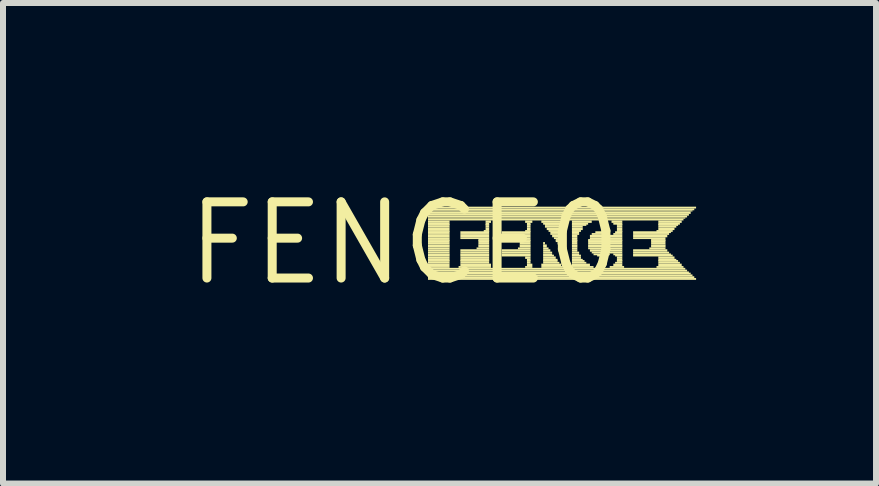
<source format=kicad_pcb>
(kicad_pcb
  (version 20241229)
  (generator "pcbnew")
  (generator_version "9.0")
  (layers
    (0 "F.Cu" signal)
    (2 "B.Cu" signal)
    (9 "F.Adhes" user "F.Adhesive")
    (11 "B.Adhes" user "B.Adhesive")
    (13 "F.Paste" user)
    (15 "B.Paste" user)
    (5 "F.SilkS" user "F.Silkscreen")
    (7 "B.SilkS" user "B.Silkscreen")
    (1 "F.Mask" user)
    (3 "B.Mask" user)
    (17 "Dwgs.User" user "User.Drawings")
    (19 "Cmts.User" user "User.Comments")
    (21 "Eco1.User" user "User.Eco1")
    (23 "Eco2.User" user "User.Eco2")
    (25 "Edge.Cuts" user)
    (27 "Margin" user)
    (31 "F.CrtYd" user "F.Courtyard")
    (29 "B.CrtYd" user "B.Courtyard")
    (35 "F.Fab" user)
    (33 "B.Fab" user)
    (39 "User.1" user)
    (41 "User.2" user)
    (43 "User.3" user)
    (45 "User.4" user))
  (footprint "FENCE0"
    (layer "F.Cu")
    (at 3.696 1.006)
    (property "Reference" "FENCE0" (at 0 0 0) (layer "F.SilkS") (effects (font (size 1.27 1.27) (thickness 0.15))))
    (fp_poly (pts (xy 0.39 -0.58) (xy 4.86 -0.58) (xy 4.86 -0.61) (xy 0.39 -0.61)) (stroke (width 0) (type solid)) (fill yes) (layer "F.SilkS"))
    (fp_poly (pts (xy 0.39 -0.55) (xy 4.83 -0.55) (xy 4.83 -0.58) (xy 0.39 -0.58)) (stroke (width 0) (type solid)) (fill yes) (layer "F.SilkS"))
    (fp_poly (pts (xy 0.39 -0.53) (xy 4.8 -0.53) (xy 4.8 -0.55) (xy 0.39 -0.55)) (stroke (width 0) (type solid)) (fill yes) (layer "F.SilkS"))
    (fp_poly (pts (xy 0.39 -0.49) (xy 4.77 -0.49) (xy 4.77 -0.53) (xy 0.39 -0.53)) (stroke (width 0) (type solid)) (fill yes) (layer "F.SilkS"))
    (fp_poly (pts (xy 0.39 -0.46) (xy 4.74 -0.46) (xy 4.74 -0.49) (xy 0.39 -0.49)) (stroke (width 0) (type solid)) (fill yes) (layer "F.SilkS"))
    (fp_poly (pts (xy 0.39 -0.43) (xy 4.71 -0.43) (xy 4.71 -0.46) (xy 0.39 -0.46)) (stroke (width 0) (type solid)) (fill yes) (layer "F.SilkS"))
    (fp_poly (pts (xy 0.39 -0.41) (xy 4.68 -0.41) (xy 4.68 -0.43) (xy 0.39 -0.43)) (stroke (width 0) (type solid)) (fill yes) (layer "F.SilkS"))
    (fp_poly (pts (xy 0.39 -0.38) (xy 3.24 -0.38) (xy 3.24 -0.41) (xy 0.39 -0.41)) (stroke (width 0) (type solid)) (fill yes) (layer "F.SilkS"))
    (fp_poly (pts (xy 0.39 -0.34) (xy 0.75 -0.34) (xy 0.75 -0.38) (xy 0.39 -0.38)) (stroke (width 0) (type solid)) (fill yes) (layer "F.SilkS"))
    (fp_poly (pts (xy 0.39 -0.31) (xy 0.75 -0.31) (xy 0.75 -0.34) (xy 0.39 -0.34)) (stroke (width 0) (type solid)) (fill yes) (layer "F.SilkS"))
    (fp_poly (pts (xy 0.39 -0.29) (xy 0.75 -0.29) (xy 0.75 -0.32) (xy 0.39 -0.32)) (stroke (width 0) (type solid)) (fill yes) (layer "F.SilkS"))
    (fp_poly (pts (xy 0.39 -0.26) (xy 0.75 -0.26) (xy 0.75 -0.29) (xy 0.39 -0.29)) (stroke (width 0) (type solid)) (fill yes) (layer "F.SilkS"))
    (fp_poly (pts (xy 0.39 -0.22) (xy 0.75 -0.22) (xy 0.75 -0.26) (xy 0.39 -0.26)) (stroke (width 0) (type solid)) (fill yes) (layer "F.SilkS"))
    (fp_poly (pts (xy 0.39 -0.19) (xy 0.75 -0.19) (xy 0.75 -0.22) (xy 0.39 -0.22)) (stroke (width 0) (type solid)) (fill yes) (layer "F.SilkS"))
    (fp_poly (pts (xy 0.39 -0.17) (xy 0.75 -0.17) (xy 0.75 -0.2) (xy 0.39 -0.2)) (stroke (width 0) (type solid)) (fill yes) (layer "F.SilkS"))
    (fp_poly (pts (xy 0.39 -0.14) (xy 0.75 -0.14) (xy 0.75 -0.17) (xy 0.39 -0.17)) (stroke (width 0) (type solid)) (fill yes) (layer "F.SilkS"))
    (fp_poly (pts (xy 0.39 -0.1) (xy 0.75 -0.1) (xy 0.75 -0.14) (xy 0.39 -0.14)) (stroke (width 0) (type solid)) (fill yes) (layer "F.SilkS"))
    (fp_poly (pts (xy 0.39 -0.07) (xy 0.75 -0.07) (xy 0.75 -0.1) (xy 0.39 -0.1)) (stroke (width 0) (type solid)) (fill yes) (layer "F.SilkS"))
    (fp_poly (pts (xy 0.39 -0.04) (xy 0.75 -0.04) (xy 0.75 -0.07) (xy 0.39 -0.07)) (stroke (width 0) (type solid)) (fill yes) (layer "F.SilkS"))
    (fp_poly (pts (xy 0.39 -0.02) (xy 0.75 -0.02) (xy 0.75 -0.05) (xy 0.39 -0.05)) (stroke (width 0) (type solid)) (fill yes) (layer "F.SilkS"))
    (fp_poly (pts (xy 0.39 0.02) (xy 0.75 0.02) (xy 0.75 -0.02) (xy 0.39 -0.02)) (stroke (width 0) (type solid)) (fill yes) (layer "F.SilkS"))
    (fp_poly (pts (xy 0.39 0.05) (xy 0.75 0.05) (xy 0.75 0.02) (xy 0.39 0.02)) (stroke (width 0) (type solid)) (fill yes) (layer "F.SilkS"))
    (fp_poly (pts (xy 0.39 0.07) (xy 0.75 0.07) (xy 0.75 0.04) (xy 0.39 0.04)) (stroke (width 0) (type solid)) (fill yes) (layer "F.SilkS"))
    (fp_poly (pts (xy 0.39 0.1) (xy 0.75 0.1) (xy 0.75 0.07) (xy 0.39 0.07)) (stroke (width 0) (type solid)) (fill yes) (layer "F.SilkS"))
    (fp_poly (pts (xy 0.39 0.14) (xy 0.75 0.14) (xy 0.75 0.1) (xy 0.39 0.1)) (stroke (width 0) (type solid)) (fill yes) (layer "F.SilkS"))
    (fp_poly (pts (xy 0.39 0.17) (xy 0.75 0.17) (xy 0.75 0.14) (xy 0.39 0.14)) (stroke (width 0) (type solid)) (fill yes) (layer "F.SilkS"))
    (fp_poly (pts (xy 0.39 0.2) (xy 0.75 0.2) (xy 0.75 0.17) (xy 0.39 0.17)) (stroke (width 0) (type solid)) (fill yes) (layer "F.SilkS"))
    (fp_poly (pts (xy 0.39 0.22) (xy 0.75 0.22) (xy 0.75 0.19) (xy 0.39 0.19)) (stroke (width 0) (type solid)) (fill yes) (layer "F.SilkS"))
    (fp_poly (pts (xy 0.39 0.26) (xy 0.75 0.26) (xy 0.75 0.22) (xy 0.39 0.22)) (stroke (width 0) (type solid)) (fill yes) (layer "F.SilkS"))
    (fp_poly (pts (xy 0.39 0.29) (xy 0.75 0.29) (xy 0.75 0.26) (xy 0.39 0.26)) (stroke (width 0) (type solid)) (fill yes) (layer "F.SilkS"))
    (fp_poly (pts (xy 0.39 0.31) (xy 0.75 0.31) (xy 0.75 0.28) (xy 0.39 0.28)) (stroke (width 0) (type solid)) (fill yes) (layer "F.SilkS"))
    (fp_poly (pts (xy 0.39 0.34) (xy 0.75 0.34) (xy 0.75 0.31) (xy 0.39 0.31)) (stroke (width 0) (type solid)) (fill yes) (layer "F.SilkS"))
    (fp_poly (pts (xy 0.39 0.38) (xy 0.75 0.38) (xy 0.75 0.34) (xy 0.39 0.34)) (stroke (width 0) (type solid)) (fill yes) (layer "F.SilkS"))
    (fp_poly (pts (xy 0.39 0.41) (xy 0.75 0.41) (xy 0.75 0.38) (xy 0.39 0.38)) (stroke (width 0) (type solid)) (fill yes) (layer "F.SilkS"))
    (fp_poly (pts (xy 0.39 0.44) (xy 4.68 0.44) (xy 4.68 0.41) (xy 0.39 0.41)) (stroke (width 0) (type solid)) (fill yes) (layer "F.SilkS"))
    (fp_poly (pts (xy 0.39 0.47) (xy 4.71 0.47) (xy 4.71 0.44) (xy 0.39 0.44)) (stroke (width 0) (type solid)) (fill yes) (layer "F.SilkS"))
    (fp_poly (pts (xy 0.39 0.5) (xy 4.74 0.5) (xy 4.74 0.47) (xy 0.39 0.47)) (stroke (width 0) (type solid)) (fill yes) (layer "F.SilkS"))
    (fp_poly (pts (xy 0.39 0.52) (xy 4.77 0.52) (xy 4.77 0.49) (xy 0.39 0.49)) (stroke (width 0) (type solid)) (fill yes) (layer "F.SilkS"))
    (fp_poly (pts (xy 0.39 0.55) (xy 4.8 0.55) (xy 4.8 0.52) (xy 0.39 0.52)) (stroke (width 0) (type solid)) (fill yes) (layer "F.SilkS"))
    (fp_poly (pts (xy 0.39 0.58) (xy 4.83 0.58) (xy 4.83 0.55) (xy 0.39 0.55)) (stroke (width 0) (type solid)) (fill yes) (layer "F.SilkS"))
    (fp_poly (pts (xy 0.39 0.61) (xy 4.86 0.61) (xy 4.86 0.58) (xy 0.39 0.58)) (stroke (width 0) (type solid)) (fill yes) (layer "F.SilkS"))
    (fp_poly (pts (xy 0.9 0.41) (xy 1.44 0.41) (xy 1.44 0.38) (xy 0.9 0.38)) (stroke (width 0) (type solid)) (fill yes) (layer "F.SilkS"))
    (fp_poly (pts (xy 0.93 -0.17) (xy 1.41 -0.17) (xy 1.41 -0.2) (xy 0.93 -0.2)) (stroke (width 0) (type solid)) (fill yes) (layer "F.SilkS"))
    (fp_poly (pts (xy 0.93 -0.14) (xy 1.41 -0.14) (xy 1.41 -0.17) (xy 0.93 -0.17)) (stroke (width 0) (type solid)) (fill yes) (layer "F.SilkS"))
    (fp_poly (pts (xy 0.93 -0.1) (xy 1.41 -0.1) (xy 1.41 -0.14) (xy 0.93 -0.14)) (stroke (width 0) (type solid)) (fill yes) (layer "F.SilkS"))
    (fp_poly (pts (xy 0.93 -0.07) (xy 1.41 -0.07) (xy 1.41 -0.1) (xy 0.93 -0.1)) (stroke (width 0) (type solid)) (fill yes) (layer "F.SilkS"))
    (fp_poly (pts (xy 0.93 0.14) (xy 1.41 0.14) (xy 1.41 0.1) (xy 0.93 0.1)) (stroke (width 0) (type solid)) (fill yes) (layer "F.SilkS"))
    (fp_poly (pts (xy 0.93 0.17) (xy 1.41 0.17) (xy 1.41 0.14) (xy 0.93 0.14)) (stroke (width 0) (type solid)) (fill yes) (layer "F.SilkS"))
    (fp_poly (pts (xy 0.93 0.2) (xy 1.41 0.2) (xy 1.41 0.17) (xy 0.93 0.17)) (stroke (width 0) (type solid)) (fill yes) (layer "F.SilkS"))
    (fp_poly (pts (xy 0.93 0.22) (xy 1.41 0.22) (xy 1.41 0.19) (xy 0.93 0.19)) (stroke (width 0) (type solid)) (fill yes) (layer "F.SilkS"))
    (fp_poly (pts (xy 0.93 0.26) (xy 1.41 0.26) (xy 1.41 0.22) (xy 0.93 0.22)) (stroke (width 0) (type solid)) (fill yes) (layer "F.SilkS"))
    (fp_poly (pts (xy 0.93 0.29) (xy 1.41 0.29) (xy 1.41 0.26) (xy 0.93 0.26)) (stroke (width 0) (type solid)) (fill yes) (layer "F.SilkS"))
    (fp_poly (pts (xy 0.93 0.31) (xy 1.41 0.31) (xy 1.41 0.28) (xy 0.93 0.28)) (stroke (width 0) (type solid)) (fill yes) (layer "F.SilkS"))
    (fp_poly (pts (xy 0.93 0.34) (xy 1.41 0.34) (xy 1.41 0.31) (xy 0.93 0.31)) (stroke (width 0) (type solid)) (fill yes) (layer "F.SilkS"))
    (fp_poly (pts (xy 0.93 0.38) (xy 1.44 0.38) (xy 1.44 0.34) (xy 0.93 0.34)) (stroke (width 0) (type solid)) (fill yes) (layer "F.SilkS"))
    (fp_poly (pts (xy 1.2 0.1) (xy 1.41 0.1) (xy 1.41 0.07) (xy 1.2 0.07)) (stroke (width 0) (type solid)) (fill yes) (layer "F.SilkS"))
    (fp_poly (pts (xy 1.23 -0.04) (xy 1.41 -0.04) (xy 1.41 -0.07) (xy 1.23 -0.07)) (stroke (width 0) (type solid)) (fill yes) (layer "F.SilkS"))
    (fp_poly (pts (xy 1.23 -0.02) (xy 1.41 -0.02) (xy 1.41 -0.05) (xy 1.23 -0.05)) (stroke (width 0) (type solid)) (fill yes) (layer "F.SilkS"))
    (fp_poly (pts (xy 1.23 0.02) (xy 1.41 0.02) (xy 1.41 -0.02) (xy 1.23 -0.02)) (stroke (width 0) (type solid)) (fill yes) (layer "F.SilkS"))
    (fp_poly (pts (xy 1.23 0.05) (xy 1.41 0.05) (xy 1.41 0.02) (xy 1.23 0.02)) (stroke (width 0) (type solid)) (fill yes) (layer "F.SilkS"))
    (fp_poly (pts (xy 1.23 0.07) (xy 1.41 0.07) (xy 1.41 0.04) (xy 1.23 0.04)) (stroke (width 0) (type solid)) (fill yes) (layer "F.SilkS"))
    (fp_poly (pts (xy 1.32 -0.19) (xy 1.41 -0.19) (xy 1.41 -0.22) (xy 1.32 -0.22)) (stroke (width 0) (type solid)) (fill yes) (layer "F.SilkS"))
    (fp_poly (pts (xy 1.35 -0.34) (xy 1.44 -0.34) (xy 1.44 -0.38) (xy 1.35 -0.38)) (stroke (width 0) (type solid)) (fill yes) (layer "F.SilkS"))
    (fp_poly (pts (xy 1.35 -0.31) (xy 1.41 -0.31) (xy 1.41 -0.34) (xy 1.35 -0.34)) (stroke (width 0) (type solid)) (fill yes) (layer "F.SilkS"))
    (fp_poly (pts (xy 1.35 -0.29) (xy 1.41 -0.29) (xy 1.41 -0.32) (xy 1.35 -0.32)) (stroke (width 0) (type solid)) (fill yes) (layer "F.SilkS"))
    (fp_poly (pts (xy 1.35 -0.26) (xy 1.41 -0.26) (xy 1.41 -0.29) (xy 1.35 -0.29)) (stroke (width 0) (type solid)) (fill yes) (layer "F.SilkS"))
    (fp_poly (pts (xy 1.35 -0.22) (xy 1.41 -0.22) (xy 1.41 -0.26) (xy 1.35 -0.26)) (stroke (width 0) (type solid)) (fill yes) (layer "F.SilkS"))
    (fp_poly (pts (xy 1.62 -0.17) (xy 2.1 -0.17) (xy 2.1 -0.2) (xy 1.62 -0.2)) (stroke (width 0) (type solid)) (fill yes) (layer "F.SilkS"))
    (fp_poly (pts (xy 1.62 -0.14) (xy 2.1 -0.14) (xy 2.1 -0.17) (xy 1.62 -0.17)) (stroke (width 0) (type solid)) (fill yes) (layer "F.SilkS"))
    (fp_poly (pts (xy 1.62 -0.1) (xy 2.1 -0.1) (xy 2.1 -0.14) (xy 1.62 -0.14)) (stroke (width 0) (type solid)) (fill yes) (layer "F.SilkS"))
    (fp_poly (pts (xy 1.62 -0.07) (xy 2.1 -0.07) (xy 2.1 -0.1) (xy 1.62 -0.1)) (stroke (width 0) (type solid)) (fill yes) (layer "F.SilkS"))
    (fp_poly (pts (xy 1.62 0.14) (xy 2.1 0.14) (xy 2.1 0.1) (xy 1.62 0.1)) (stroke (width 0) (type solid)) (fill yes) (layer "F.SilkS"))
    (fp_poly (pts (xy 1.62 0.17) (xy 2.1 0.17) (xy 2.1 0.14) (xy 1.62 0.14)) (stroke (width 0) (type solid)) (fill yes) (layer "F.SilkS"))
    (fp_poly (pts (xy 1.62 0.2) (xy 2.1 0.2) (xy 2.1 0.17) (xy 1.62 0.17)) (stroke (width 0) (type solid)) (fill yes) (layer "F.SilkS"))
    (fp_poly (pts (xy 1.62 0.22) (xy 2.1 0.22) (xy 2.1 0.19) (xy 1.62 0.19)) (stroke (width 0) (type solid)) (fill yes) (layer "F.SilkS"))
    (fp_poly (pts (xy 1.89 -0.04) (xy 2.1 -0.04) (xy 2.1 -0.07) (xy 1.89 -0.07)) (stroke (width 0) (type solid)) (fill yes) (layer "F.SilkS"))
    (fp_poly (pts (xy 1.89 0.1) (xy 2.1 0.1) (xy 2.1 0.07) (xy 1.89 0.07)) (stroke (width 0) (type solid)) (fill yes) (layer "F.SilkS"))
    (fp_poly (pts (xy 1.92 -0.02) (xy 2.1 -0.02) (xy 2.1 -0.05) (xy 1.92 -0.05)) (stroke (width 0) (type solid)) (fill yes) (layer "F.SilkS"))
    (fp_poly (pts (xy 1.92 0.02) (xy 2.1 0.02) (xy 2.1 -0.02) (xy 1.92 -0.02)) (stroke (width 0) (type solid)) (fill yes) (layer "F.SilkS"))
    (fp_poly (pts (xy 1.92 0.05) (xy 2.1 0.05) (xy 2.1 0.02) (xy 1.92 0.02)) (stroke (width 0) (type solid)) (fill yes) (layer "F.SilkS"))
    (fp_poly (pts (xy 1.92 0.07) (xy 2.1 0.07) (xy 2.1 0.04) (xy 1.92 0.04)) (stroke (width 0) (type solid)) (fill yes) (layer "F.SilkS"))
    (fp_poly (pts (xy 2.01 -0.34) (xy 2.13 -0.34) (xy 2.13 -0.38) (xy 2.01 -0.38)) (stroke (width 0) (type solid)) (fill yes) (layer "F.SilkS"))
    (fp_poly (pts (xy 2.01 -0.19) (xy 2.1 -0.19) (xy 2.1 -0.22) (xy 2.01 -0.22)) (stroke (width 0) (type solid)) (fill yes) (layer "F.SilkS"))
    (fp_poly (pts (xy 2.01 0.26) (xy 2.1 0.26) (xy 2.1 0.22) (xy 2.01 0.22)) (stroke (width 0) (type solid)) (fill yes) (layer "F.SilkS"))
    (fp_poly (pts (xy 2.01 0.41) (xy 2.13 0.41) (xy 2.13 0.38) (xy 2.01 0.38)) (stroke (width 0) (type solid)) (fill yes) (layer "F.SilkS"))
    (fp_poly (pts (xy 2.04 -0.31) (xy 2.1 -0.31) (xy 2.1 -0.34) (xy 2.04 -0.34)) (stroke (width 0) (type solid)) (fill yes) (layer "F.SilkS"))
    (fp_poly (pts (xy 2.04 -0.29) (xy 2.1 -0.29) (xy 2.1 -0.32) (xy 2.04 -0.32)) (stroke (width 0) (type solid)) (fill yes) (layer "F.SilkS"))
    (fp_poly (pts (xy 2.04 -0.26) (xy 2.1 -0.26) (xy 2.1 -0.29) (xy 2.04 -0.29)) (stroke (width 0) (type solid)) (fill yes) (layer "F.SilkS"))
    (fp_poly (pts (xy 2.04 -0.22) (xy 2.1 -0.22) (xy 2.1 -0.26) (xy 2.04 -0.26)) (stroke (width 0) (type solid)) (fill yes) (layer "F.SilkS"))
    (fp_poly (pts (xy 2.04 0.29) (xy 2.1 0.29) (xy 2.1 0.26) (xy 2.04 0.26)) (stroke (width 0) (type solid)) (fill yes) (layer "F.SilkS"))
    (fp_poly (pts (xy 2.04 0.31) (xy 2.1 0.31) (xy 2.1 0.28) (xy 2.04 0.28)) (stroke (width 0) (type solid)) (fill yes) (layer "F.SilkS"))
    (fp_poly (pts (xy 2.04 0.34) (xy 2.1 0.34) (xy 2.1 0.31) (xy 2.04 0.31)) (stroke (width 0) (type solid)) (fill yes) (layer "F.SilkS"))
    (fp_poly (pts (xy 2.04 0.38) (xy 2.13 0.38) (xy 2.13 0.34) (xy 2.04 0.34)) (stroke (width 0) (type solid)) (fill yes) (layer "F.SilkS"))
    (fp_poly (pts (xy 2.28 -0.34) (xy 2.64 -0.34) (xy 2.64 -0.38) (xy 2.28 -0.38)) (stroke (width 0) (type solid)) (fill yes) (layer "F.SilkS"))
    (fp_poly (pts (xy 2.28 0.38) (xy 2.61 0.38) (xy 2.61 0.34) (xy 2.28 0.34)) (stroke (width 0) (type solid)) (fill yes) (layer "F.SilkS"))
    (fp_poly (pts (xy 2.28 0.41) (xy 2.64 0.41) (xy 2.64 0.38) (xy 2.28 0.38)) (stroke (width 0) (type solid)) (fill yes) (layer "F.SilkS"))
    (fp_poly (pts (xy 2.31 -0.31) (xy 2.61 -0.31) (xy 2.61 -0.34) (xy 2.31 -0.34)) (stroke (width 0) (type solid)) (fill yes) (layer "F.SilkS"))
    (fp_poly (pts (xy 2.31 0.02) (xy 2.34 0.02) (xy 2.34 -0.02) (xy 2.31 -0.02)) (stroke (width 0) (type solid)) (fill yes) (layer "F.SilkS"))
    (fp_poly (pts (xy 2.31 0.05) (xy 2.37 0.05) (xy 2.37 0.02) (xy 2.31 0.02)) (stroke (width 0) (type solid)) (fill yes) (layer "F.SilkS"))
    (fp_poly (pts (xy 2.31 0.07) (xy 2.37 0.07) (xy 2.37 0.04) (xy 2.31 0.04)) (stroke (width 0) (type solid)) (fill yes) (layer "F.SilkS"))
    (fp_poly (pts (xy 2.31 0.1) (xy 2.4 0.1) (xy 2.4 0.07) (xy 2.31 0.07)) (stroke (width 0) (type solid)) (fill yes) (layer "F.SilkS"))
    (fp_poly (pts (xy 2.31 0.14) (xy 2.43 0.14) (xy 2.43 0.1) (xy 2.31 0.1)) (stroke (width 0) (type solid)) (fill yes) (layer "F.SilkS"))
    (fp_poly (pts (xy 2.31 0.17) (xy 2.46 0.17) (xy 2.46 0.14) (xy 2.31 0.14)) (stroke (width 0) (type solid)) (fill yes) (layer "F.SilkS"))
    (fp_poly (pts (xy 2.31 0.2) (xy 2.46 0.2) (xy 2.46 0.17) (xy 2.31 0.17)) (stroke (width 0) (type solid)) (fill yes) (layer "F.SilkS"))
    (fp_poly (pts (xy 2.31 0.22) (xy 2.49 0.22) (xy 2.49 0.19) (xy 2.31 0.19)) (stroke (width 0) (type solid)) (fill yes) (layer "F.SilkS"))
    (fp_poly (pts (xy 2.31 0.26) (xy 2.52 0.26) (xy 2.52 0.22) (xy 2.31 0.22)) (stroke (width 0) (type solid)) (fill yes) (layer "F.SilkS"))
    (fp_poly (pts (xy 2.31 0.29) (xy 2.55 0.29) (xy 2.55 0.26) (xy 2.31 0.26)) (stroke (width 0) (type solid)) (fill yes) (layer "F.SilkS"))
    (fp_poly (pts (xy 2.31 0.31) (xy 2.55 0.31) (xy 2.55 0.28) (xy 2.31 0.28)) (stroke (width 0) (type solid)) (fill yes) (layer "F.SilkS"))
    (fp_poly (pts (xy 2.31 0.34) (xy 2.58 0.34) (xy 2.58 0.31) (xy 2.31 0.31)) (stroke (width 0) (type solid)) (fill yes) (layer "F.SilkS"))
    (fp_poly (pts (xy 2.34 -0.29) (xy 2.61 -0.29) (xy 2.61 -0.32) (xy 2.34 -0.32)) (stroke (width 0) (type solid)) (fill yes) (layer "F.SilkS"))
    (fp_poly (pts (xy 2.34 -0.26) (xy 2.61 -0.26) (xy 2.61 -0.29) (xy 2.34 -0.29)) (stroke (width 0) (type solid)) (fill yes) (layer "F.SilkS"))
    (fp_poly (pts (xy 2.37 -0.22) (xy 2.61 -0.22) (xy 2.61 -0.26) (xy 2.37 -0.26)) (stroke (width 0) (type solid)) (fill yes) (layer "F.SilkS"))
    (fp_poly (pts (xy 2.4 -0.19) (xy 2.61 -0.19) (xy 2.61 -0.22) (xy 2.4 -0.22)) (stroke (width 0) (type solid)) (fill yes) (layer "F.SilkS"))
    (fp_poly (pts (xy 2.43 -0.17) (xy 2.61 -0.17) (xy 2.61 -0.2) (xy 2.43 -0.2)) (stroke (width 0) (type solid)) (fill yes) (layer "F.SilkS"))
    (fp_poly (pts (xy 2.43 -0.14) (xy 2.61 -0.14) (xy 2.61 -0.17) (xy 2.43 -0.17)) (stroke (width 0) (type solid)) (fill yes) (layer "F.SilkS"))
    (fp_poly (pts (xy 2.46 -0.1) (xy 2.61 -0.1) (xy 2.61 -0.14) (xy 2.46 -0.14)) (stroke (width 0) (type solid)) (fill yes) (layer "F.SilkS"))
    (fp_poly (pts (xy 2.49 -0.07) (xy 2.61 -0.07) (xy 2.61 -0.1) (xy 2.49 -0.1)) (stroke (width 0) (type solid)) (fill yes) (layer "F.SilkS"))
    (fp_poly (pts (xy 2.52 -0.04) (xy 2.61 -0.04) (xy 2.61 -0.07) (xy 2.52 -0.07)) (stroke (width 0) (type solid)) (fill yes) (layer "F.SilkS"))
    (fp_poly (pts (xy 2.52 -0.02) (xy 2.61 -0.02) (xy 2.61 -0.05) (xy 2.52 -0.05)) (stroke (width 0) (type solid)) (fill yes) (layer "F.SilkS"))
    (fp_poly (pts (xy 2.55 0.02) (xy 2.61 0.02) (xy 2.61 -0.02) (xy 2.55 -0.02)) (stroke (width 0) (type solid)) (fill yes) (layer "F.SilkS"))
    (fp_poly (pts (xy 2.58 0.05) (xy 2.61 0.05) (xy 2.61 0.02) (xy 2.58 0.02)) (stroke (width 0) (type solid)) (fill yes) (layer "F.SilkS"))
    (fp_poly (pts (xy 2.76 0.41) (xy 3.15 0.41) (xy 3.15 0.38) (xy 2.76 0.38)) (stroke (width 0) (type solid)) (fill yes) (layer "F.SilkS"))
    (fp_poly (pts (xy 2.79 -0.34) (xy 3.12 -0.34) (xy 3.12 -0.38) (xy 2.79 -0.38)) (stroke (width 0) (type solid)) (fill yes) (layer "F.SilkS"))
    (fp_poly (pts (xy 2.79 -0.31) (xy 3.06 -0.31) (xy 3.06 -0.34) (xy 2.79 -0.34)) (stroke (width 0) (type solid)) (fill yes) (layer "F.SilkS"))
    (fp_poly (pts (xy 2.79 -0.29) (xy 3.03 -0.29) (xy 3.03 -0.32) (xy 2.79 -0.32)) (stroke (width 0) (type solid)) (fill yes) (layer "F.SilkS"))
    (fp_poly (pts (xy 2.79 -0.26) (xy 2.97 -0.26) (xy 2.97 -0.29) (xy 2.79 -0.29)) (stroke (width 0) (type solid)) (fill yes) (layer "F.SilkS"))
    (fp_poly (pts (xy 2.79 -0.22) (xy 2.97 -0.22) (xy 2.97 -0.26) (xy 2.79 -0.26)) (stroke (width 0) (type solid)) (fill yes) (layer "F.SilkS"))
    (fp_poly (pts (xy 2.79 -0.19) (xy 2.94 -0.19) (xy 2.94 -0.22) (xy 2.79 -0.22)) (stroke (width 0) (type solid)) (fill yes) (layer "F.SilkS"))
    (fp_poly (pts (xy 2.79 -0.17) (xy 2.91 -0.17) (xy 2.91 -0.2) (xy 2.79 -0.2)) (stroke (width 0) (type solid)) (fill yes) (layer "F.SilkS"))
    (fp_poly (pts (xy 2.79 -0.14) (xy 2.91 -0.14) (xy 2.91 -0.17) (xy 2.79 -0.17)) (stroke (width 0) (type solid)) (fill yes) (layer "F.SilkS"))
    (fp_poly (pts (xy 2.79 -0.1) (xy 2.88 -0.1) (xy 2.88 -0.14) (xy 2.79 -0.14)) (stroke (width 0) (type solid)) (fill yes) (layer "F.SilkS"))
    (fp_poly (pts (xy 2.79 -0.07) (xy 2.88 -0.07) (xy 2.88 -0.1) (xy 2.79 -0.1)) (stroke (width 0) (type solid)) (fill yes) (layer "F.SilkS"))
    (fp_poly (pts (xy 2.79 -0.04) (xy 2.88 -0.04) (xy 2.88 -0.07) (xy 2.79 -0.07)) (stroke (width 0) (type solid)) (fill yes) (layer "F.SilkS"))
    (fp_poly (pts (xy 2.79 -0.02) (xy 2.88 -0.02) (xy 2.88 -0.05) (xy 2.79 -0.05)) (stroke (width 0) (type solid)) (fill yes) (layer "F.SilkS"))
    (fp_poly (pts (xy 2.79 0.02) (xy 2.88 0.02) (xy 2.88 -0.02) (xy 2.79 -0.02)) (stroke (width 0) (type solid)) (fill yes) (layer "F.SilkS"))
    (fp_poly (pts (xy 2.79 0.05) (xy 2.88 0.05) (xy 2.88 0.02) (xy 2.79 0.02)) (stroke (width 0) (type solid)) (fill yes) (layer "F.SilkS"))
    (fp_poly (pts (xy 2.79 0.07) (xy 2.88 0.07) (xy 2.88 0.04) (xy 2.79 0.04)) (stroke (width 0) (type solid)) (fill yes) (layer "F.SilkS"))
    (fp_poly (pts (xy 2.79 0.1) (xy 2.88 0.1) (xy 2.88 0.07) (xy 2.79 0.07)) (stroke (width 0) (type solid)) (fill yes) (layer "F.SilkS"))
    (fp_poly (pts (xy 2.79 0.14) (xy 2.88 0.14) (xy 2.88 0.1) (xy 2.79 0.1)) (stroke (width 0) (type solid)) (fill yes) (layer "F.SilkS"))
    (fp_poly (pts (xy 2.79 0.17) (xy 2.91 0.17) (xy 2.91 0.14) (xy 2.79 0.14)) (stroke (width 0) (type solid)) (fill yes) (layer "F.SilkS"))
    (fp_poly (pts (xy 2.79 0.2) (xy 2.91 0.2) (xy 2.91 0.17) (xy 2.79 0.17)) (stroke (width 0) (type solid)) (fill yes) (layer "F.SilkS"))
    (fp_poly (pts (xy 2.79 0.22) (xy 2.94 0.22) (xy 2.94 0.19) (xy 2.79 0.19)) (stroke (width 0) (type solid)) (fill yes) (layer "F.SilkS"))
    (fp_poly (pts (xy 2.79 0.26) (xy 2.94 0.26) (xy 2.94 0.22) (xy 2.79 0.22)) (stroke (width 0) (type solid)) (fill yes) (layer "F.SilkS"))
    (fp_poly (pts (xy 2.79 0.29) (xy 2.97 0.29) (xy 2.97 0.26) (xy 2.79 0.26)) (stroke (width 0) (type solid)) (fill yes) (layer "F.SilkS"))
    (fp_poly (pts (xy 2.79 0.31) (xy 3 0.31) (xy 3 0.28) (xy 2.79 0.28)) (stroke (width 0) (type solid)) (fill yes) (layer "F.SilkS"))
    (fp_poly (pts (xy 2.79 0.34) (xy 3.03 0.34) (xy 3.03 0.31) (xy 2.79 0.31)) (stroke (width 0) (type solid)) (fill yes) (layer "F.SilkS"))
    (fp_poly (pts (xy 2.79 0.38) (xy 3.09 0.38) (xy 3.09 0.34) (xy 2.79 0.34)) (stroke (width 0) (type solid)) (fill yes) (layer "F.SilkS"))
    (fp_poly (pts (xy 3.06 -0.04) (xy 3.63 -0.04) (xy 3.63 -0.07) (xy 3.06 -0.07)) (stroke (width 0) (type solid)) (fill yes) (layer "F.SilkS"))
    (fp_poly (pts (xy 3.06 -0.02) (xy 3.63 -0.02) (xy 3.63 -0.05) (xy 3.06 -0.05)) (stroke (width 0) (type solid)) (fill yes) (layer "F.SilkS"))
    (fp_poly (pts (xy 3.06 0.02) (xy 3.63 0.02) (xy 3.63 -0.02) (xy 3.06 -0.02)) (stroke (width 0) (type solid)) (fill yes) (layer "F.SilkS"))
    (fp_poly (pts (xy 3.06 0.05) (xy 3.63 0.05) (xy 3.63 0.02) (xy 3.06 0.02)) (stroke (width 0) (type solid)) (fill yes) (layer "F.SilkS"))
    (fp_poly (pts (xy 3.06 0.07) (xy 3.63 0.07) (xy 3.63 0.04) (xy 3.06 0.04)) (stroke (width 0) (type solid)) (fill yes) (layer "F.SilkS"))
    (fp_poly (pts (xy 3.06 0.1) (xy 3.63 0.1) (xy 3.63 0.07) (xy 3.06 0.07)) (stroke (width 0) (type solid)) (fill yes) (layer "F.SilkS"))
    (fp_poly (pts (xy 3.09 -0.1) (xy 3.63 -0.1) (xy 3.63 -0.14) (xy 3.09 -0.14)) (stroke (width 0) (type solid)) (fill yes) (layer "F.SilkS"))
    (fp_poly (pts (xy 3.09 -0.07) (xy 3.63 -0.07) (xy 3.63 -0.1) (xy 3.09 -0.1)) (stroke (width 0) (type solid)) (fill yes) (layer "F.SilkS"))
    (fp_poly (pts (xy 3.09 0.14) (xy 3.63 0.14) (xy 3.63 0.1) (xy 3.09 0.1)) (stroke (width 0) (type solid)) (fill yes) (layer "F.SilkS"))
    (fp_poly (pts (xy 3.12 -0.14) (xy 3.42 -0.14) (xy 3.42 -0.17) (xy 3.12 -0.17)) (stroke (width 0) (type solid)) (fill yes) (layer "F.SilkS"))
    (fp_poly (pts (xy 3.12 0.17) (xy 3.63 0.17) (xy 3.63 0.14) (xy 3.12 0.14)) (stroke (width 0) (type solid)) (fill yes) (layer "F.SilkS"))
    (fp_poly (pts (xy 3.15 0.2) (xy 3.42 0.2) (xy 3.42 0.17) (xy 3.15 0.17)) (stroke (width 0) (type solid)) (fill yes) (layer "F.SilkS"))
    (fp_poly (pts (xy 3.18 -0.17) (xy 3.39 -0.17) (xy 3.39 -0.2) (xy 3.18 -0.2)) (stroke (width 0) (type solid)) (fill yes) (layer "F.SilkS"))
    (fp_poly (pts (xy 3.21 0.22) (xy 3.36 0.22) (xy 3.36 0.19) (xy 3.21 0.19)) (stroke (width 0) (type solid)) (fill yes) (layer "F.SilkS"))
    (fp_poly (pts (xy 3.33 -0.38) (xy 4.65 -0.38) (xy 4.65 -0.41) (xy 3.33 -0.41)) (stroke (width 0) (type solid)) (fill yes) (layer "F.SilkS"))
    (fp_poly (pts (xy 3.42 0.41) (xy 3.66 0.41) (xy 3.66 0.38) (xy 3.42 0.38)) (stroke (width 0) (type solid)) (fill yes) (layer "F.SilkS"))
    (fp_poly (pts (xy 3.45 -0.34) (xy 3.63 -0.34) (xy 3.63 -0.38) (xy 3.45 -0.38)) (stroke (width 0) (type solid)) (fill yes) (layer "F.SilkS"))
    (fp_poly (pts (xy 3.48 -0.31) (xy 3.63 -0.31) (xy 3.63 -0.34) (xy 3.48 -0.34)) (stroke (width 0) (type solid)) (fill yes) (layer "F.SilkS"))
    (fp_poly (pts (xy 3.48 -0.14) (xy 3.63 -0.14) (xy 3.63 -0.17) (xy 3.48 -0.17)) (stroke (width 0) (type solid)) (fill yes) (layer "F.SilkS"))
    (fp_poly (pts (xy 3.48 0.2) (xy 3.63 0.2) (xy 3.63 0.17) (xy 3.48 0.17)) (stroke (width 0) (type solid)) (fill yes) (layer "F.SilkS"))
    (fp_poly (pts (xy 3.48 0.38) (xy 3.63 0.38) (xy 3.63 0.34) (xy 3.48 0.34)) (stroke (width 0) (type solid)) (fill yes) (layer "F.SilkS"))
    (fp_poly (pts (xy 3.51 -0.17) (xy 3.63 -0.17) (xy 3.63 -0.2) (xy 3.51 -0.2)) (stroke (width 0) (type solid)) (fill yes) (layer "F.SilkS"))
    (fp_poly (pts (xy 3.51 0.22) (xy 3.63 0.22) (xy 3.63 0.19) (xy 3.51 0.19)) (stroke (width 0) (type solid)) (fill yes) (layer "F.SilkS"))
    (fp_poly (pts (xy 3.51 0.34) (xy 3.63 0.34) (xy 3.63 0.31) (xy 3.51 0.31)) (stroke (width 0) (type solid)) (fill yes) (layer "F.SilkS"))
    (fp_poly (pts (xy 3.54 -0.29) (xy 3.63 -0.29) (xy 3.63 -0.32) (xy 3.54 -0.32)) (stroke (width 0) (type solid)) (fill yes) (layer "F.SilkS"))
    (fp_poly (pts (xy 3.54 -0.26) (xy 3.63 -0.26) (xy 3.63 -0.29) (xy 3.54 -0.29)) (stroke (width 0) (type solid)) (fill yes) (layer "F.SilkS"))
    (fp_poly (pts (xy 3.54 -0.22) (xy 3.63 -0.22) (xy 3.63 -0.26) (xy 3.54 -0.26)) (stroke (width 0) (type solid)) (fill yes) (layer "F.SilkS"))
    (fp_poly (pts (xy 3.54 -0.19) (xy 3.63 -0.19) (xy 3.63 -0.22) (xy 3.54 -0.22)) (stroke (width 0) (type solid)) (fill yes) (layer "F.SilkS"))
    (fp_poly (pts (xy 3.54 0.26) (xy 3.63 0.26) (xy 3.63 0.22) (xy 3.54 0.22)) (stroke (width 0) (type solid)) (fill yes) (layer "F.SilkS"))
    (fp_poly (pts (xy 3.54 0.29) (xy 3.63 0.29) (xy 3.63 0.26) (xy 3.54 0.26)) (stroke (width 0) (type solid)) (fill yes) (layer "F.SilkS"))
    (fp_poly (pts (xy 3.54 0.31) (xy 3.63 0.31) (xy 3.63 0.28) (xy 3.54 0.28)) (stroke (width 0) (type solid)) (fill yes) (layer "F.SilkS"))
    (fp_poly (pts (xy 3.81 -0.17) (xy 4.44 -0.17) (xy 4.44 -0.2) (xy 3.81 -0.2)) (stroke (width 0) (type solid)) (fill yes) (layer "F.SilkS"))
    (fp_poly (pts (xy 3.81 -0.14) (xy 4.41 -0.14) (xy 4.41 -0.17) (xy 3.81 -0.17)) (stroke (width 0) (type solid)) (fill yes) (layer "F.SilkS"))
    (fp_poly (pts (xy 3.81 -0.1) (xy 4.38 -0.1) (xy 4.38 -0.14) (xy 3.81 -0.14)) (stroke (width 0) (type solid)) (fill yes) (layer "F.SilkS"))
    (fp_poly (pts (xy 3.81 -0.07) (xy 4.35 -0.07) (xy 4.35 -0.1) (xy 3.81 -0.1)) (stroke (width 0) (type solid)) (fill yes) (layer "F.SilkS"))
    (fp_poly (pts (xy 3.81 0.14) (xy 4.38 0.14) (xy 4.38 0.1) (xy 3.81 0.1)) (stroke (width 0) (type solid)) (fill yes) (layer "F.SilkS"))
    (fp_poly (pts (xy 3.81 0.17) (xy 4.41 0.17) (xy 4.41 0.14) (xy 3.81 0.14)) (stroke (width 0) (type solid)) (fill yes) (layer "F.SilkS"))
    (fp_poly (pts (xy 3.81 0.2) (xy 4.44 0.2) (xy 4.44 0.17) (xy 3.81 0.17)) (stroke (width 0) (type solid)) (fill yes) (layer "F.SilkS"))
    (fp_poly (pts (xy 3.81 0.22) (xy 4.47 0.22) (xy 4.47 0.19) (xy 3.81 0.19)) (stroke (width 0) (type solid)) (fill yes) (layer "F.SilkS"))
    (fp_poly (pts (xy 4.08 0.1) (xy 4.35 0.1) (xy 4.35 0.07) (xy 4.08 0.07)) (stroke (width 0) (type solid)) (fill yes) (layer "F.SilkS"))
    (fp_poly (pts (xy 4.11 -0.04) (xy 4.35 -0.04) (xy 4.35 -0.07) (xy 4.11 -0.07)) (stroke (width 0) (type solid)) (fill yes) (layer "F.SilkS"))
    (fp_poly (pts (xy 4.11 -0.02) (xy 4.35 -0.02) (xy 4.35 -0.05) (xy 4.11 -0.05)) (stroke (width 0) (type solid)) (fill yes) (layer "F.SilkS"))
    (fp_poly (pts (xy 4.11 0.02) (xy 4.35 0.02) (xy 4.35 -0.02) (xy 4.11 -0.02)) (stroke (width 0) (type solid)) (fill yes) (layer "F.SilkS"))
    (fp_poly (pts (xy 4.11 0.05) (xy 4.35 0.05) (xy 4.35 0.02) (xy 4.11 0.02)) (stroke (width 0) (type solid)) (fill yes) (layer "F.SilkS"))
    (fp_poly (pts (xy 4.11 0.07) (xy 4.35 0.07) (xy 4.35 0.04) (xy 4.11 0.04)) (stroke (width 0) (type solid)) (fill yes) (layer "F.SilkS"))
    (fp_poly (pts (xy 4.2 -0.19) (xy 4.47 -0.19) (xy 4.47 -0.22) (xy 4.2 -0.22)) (stroke (width 0) (type solid)) (fill yes) (layer "F.SilkS"))
    (fp_poly (pts (xy 4.2 0.41) (xy 4.65 0.41) (xy 4.65 0.38) (xy 4.2 0.38)) (stroke (width 0) (type solid)) (fill yes) (layer "F.SilkS"))
    (fp_poly (pts (xy 4.23 -0.34) (xy 4.62 -0.34) (xy 4.62 -0.38) (xy 4.23 -0.38)) (stroke (width 0) (type solid)) (fill yes) (layer "F.SilkS"))
    (fp_poly (pts (xy 4.23 -0.31) (xy 4.59 -0.31) (xy 4.59 -0.34) (xy 4.23 -0.34)) (stroke (width 0) (type solid)) (fill yes) (layer "F.SilkS"))
    (fp_poly (pts (xy 4.23 -0.29) (xy 4.56 -0.29) (xy 4.56 -0.32) (xy 4.23 -0.32)) (stroke (width 0) (type solid)) (fill yes) (layer "F.SilkS"))
    (fp_poly (pts (xy 4.23 -0.26) (xy 4.53 -0.26) (xy 4.53 -0.29) (xy 4.23 -0.29)) (stroke (width 0) (type solid)) (fill yes) (layer "F.SilkS"))
    (fp_poly (pts (xy 4.23 -0.22) (xy 4.5 -0.22) (xy 4.5 -0.26) (xy 4.23 -0.26)) (stroke (width 0) (type solid)) (fill yes) (layer "F.SilkS"))
    (fp_poly (pts (xy 4.23 0.26) (xy 4.5 0.26) (xy 4.5 0.22) (xy 4.23 0.22)) (stroke (width 0) (type solid)) (fill yes) (layer "F.SilkS"))
    (fp_poly (pts (xy 4.23 0.29) (xy 4.53 0.29) (xy 4.53 0.26) (xy 4.23 0.26)) (stroke (width 0) (type solid)) (fill yes) (layer "F.SilkS"))
    (fp_poly (pts (xy 4.23 0.31) (xy 4.56 0.31) (xy 4.56 0.28) (xy 4.23 0.28)) (stroke (width 0) (type solid)) (fill yes) (layer "F.SilkS"))
    (fp_poly (pts (xy 4.23 0.34) (xy 4.59 0.34) (xy 4.59 0.31) (xy 4.23 0.31)) (stroke (width 0) (type solid)) (fill yes) (layer "F.SilkS"))
    (fp_poly (pts (xy 4.23 0.38) (xy 4.62 0.38) (xy 4.62 0.34) (xy 4.23 0.34)) (stroke (width 0) (type solid)) (fill yes) (layer "F.SilkS")))
  (gr_rect
    (start -3 -3)
    (end 11.556 5.012)
    (stroke (width 0.1) (type default))
    (fill no)
    (layer "Edge.Cuts")))
</source>
